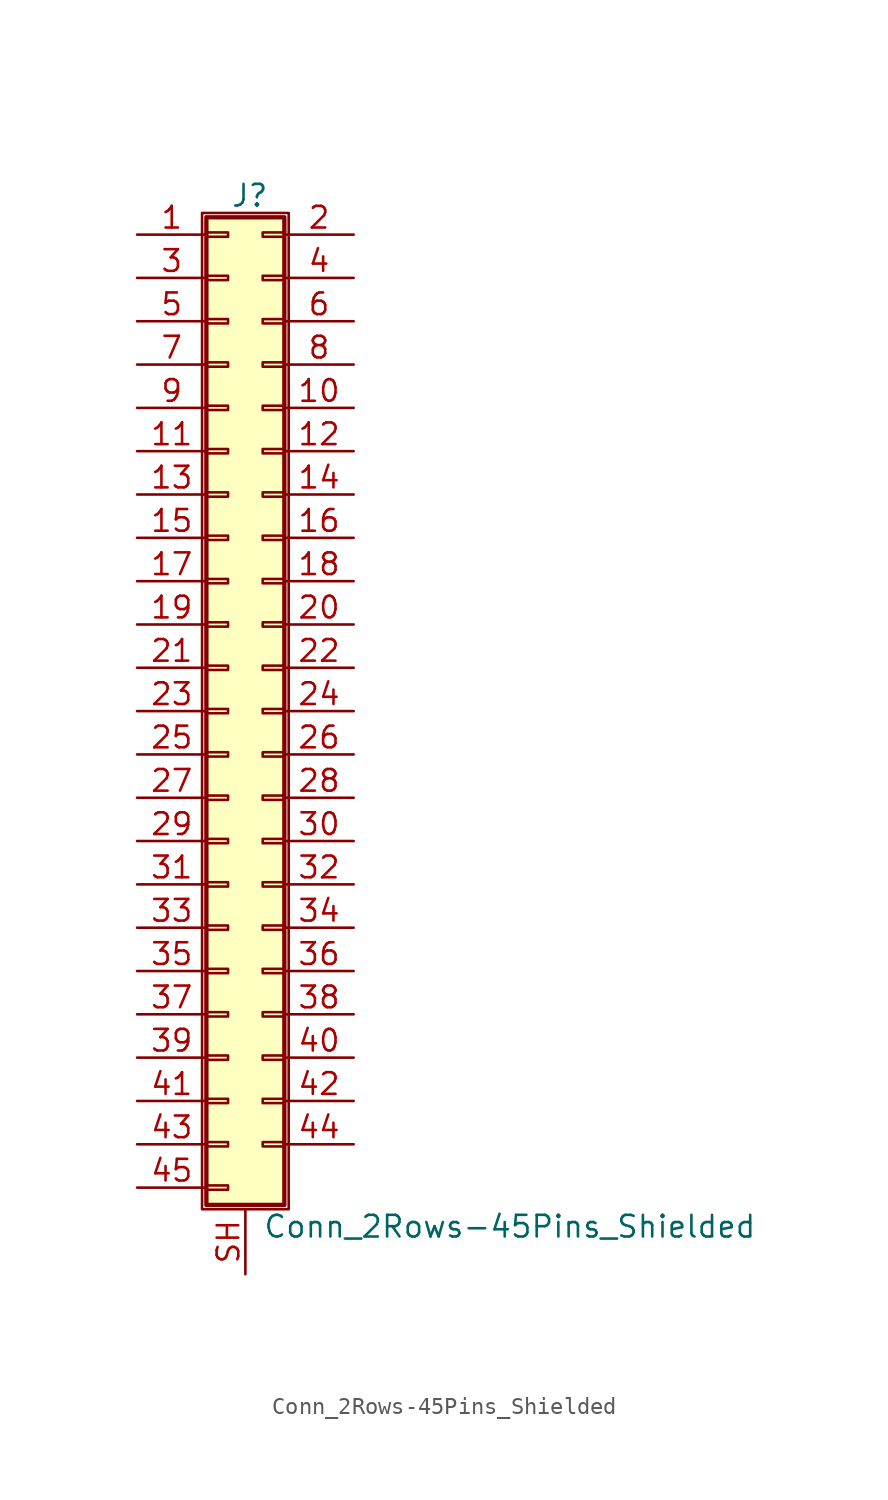
<source format=kicad_sym>
(kicad_symbol_lib
  (version 20220914)
  (generator kicad_symbol_editor)
  (symbol "Conn_2Rows-45Pins_Shielded"
    (pin_names
      (offset 1.016) hide)
    (property "Reference" "J"
      (at 1.524 30.226 0)
      (effects (font (size 1.27 1.27))))
    (property "Value" "Conn_2Rows-45Pins_Shielded"
      (at 2.286 -30.226 0)
      (effects (font (size 1.27 1.27)) (justify left)))
    (symbol "Conn_2Rows-45Pins_Shielded_1_1"
      (rectangle (start -1.27 29.21) (end 3.81 -29.21) (stroke (width 0.152) (type default)) (fill (type none)))
      (rectangle (start -1.016 -27.813) (end 0.254 -28.067) (stroke (width 0.152) (type default)) (fill (type none)))
      (rectangle (start -1.016 -25.273) (end 0.254 -25.527) (stroke (width 0.152) (type default)) (fill (type none)))
      (rectangle (start -1.016 -22.733) (end 0.254 -22.987) (stroke (width 0.152) (type default)) (fill (type none)))
      (rectangle (start -1.016 -20.193) (end 0.254 -20.447) (stroke (width 0.152) (type default)) (fill (type none)))
      (rectangle (start -1.016 -17.653) (end 0.254 -17.907) (stroke (width 0.152) (type default)) (fill (type none)))
      (rectangle (start -1.016 -15.113) (end 0.254 -15.367) (stroke (width 0.152) (type default)) (fill (type none)))
      (rectangle (start -1.016 -12.573) (end 0.254 -12.827) (stroke (width 0.152) (type default)) (fill (type none)))
      (rectangle (start -1.016 -10.033) (end 0.254 -10.287) (stroke (width 0.152) (type default)) (fill (type none)))
      (rectangle (start -1.016 -7.493) (end 0.254 -7.747) (stroke (width 0.152) (type default)) (fill (type none)))
      (rectangle (start -1.016 -4.953) (end 0.254 -5.207) (stroke (width 0.152) (type default)) (fill (type none)))
      (rectangle (start -1.016 -2.413) (end 0.254 -2.667) (stroke (width 0.152) (type default)) (fill (type none)))
      (rectangle (start -1.016 0.127) (end 0.254 -0.127) (stroke (width 0.152) (type default)) (fill (type none)))
      (rectangle (start -1.016 2.667) (end 0.254 2.413) (stroke (width 0.152) (type default)) (fill (type none)))
      (rectangle (start -1.016 5.207) (end 0.254 4.953) (stroke (width 0.152) (type default)) (fill (type none)))
      (rectangle (start -1.016 7.747) (end 0.254 7.493) (stroke (width 0.152) (type default)) (fill (type none)))
      (rectangle (start -1.016 10.287) (end 0.254 10.033) (stroke (width 0.152) (type default)) (fill (type none)))
      (rectangle (start -1.016 12.827) (end 0.254 12.573) (stroke (width 0.152) (type default)) (fill (type none)))
      (rectangle (start -1.016 15.367) (end 0.254 15.113) (stroke (width 0.152) (type default)) (fill (type none)))
      (rectangle (start -1.016 17.907) (end 0.254 17.653) (stroke (width 0.152) (type default)) (fill (type none)))
      (rectangle (start -1.016 20.447) (end 0.254 20.193) (stroke (width 0.152) (type default)) (fill (type none)))
      (rectangle (start -1.016 22.987) (end 0.254 22.733) (stroke (width 0.152) (type default)) (fill (type none)))
      (rectangle (start -1.016 25.527) (end 0.254 25.273) (stroke (width 0.152) (type default)) (fill (type none)))
      (rectangle (start -1.016 28.067) (end 0.254 27.813) (stroke (width 0.152) (type default)) (fill (type none)))
      (rectangle (start -1.016 28.956) (end 3.556 -28.956) (stroke (width 0.254) (type default)) (fill (type background)))
      (rectangle (start 3.556 -25.273) (end 2.286 -25.527) (stroke (width 0.152) (type default)) (fill (type none)))
      (rectangle (start 3.556 -22.733) (end 2.286 -22.987) (stroke (width 0.152) (type default)) (fill (type none)))
      (rectangle (start 3.556 -20.193) (end 2.286 -20.447) (stroke (width 0.152) (type default)) (fill (type none)))
      (rectangle (start 3.556 -17.653) (end 2.286 -17.907) (stroke (width 0.152) (type default)) (fill (type none)))
      (rectangle (start 3.556 -15.113) (end 2.286 -15.367) (stroke (width 0.152) (type default)) (fill (type none)))
      (rectangle (start 3.556 -12.573) (end 2.286 -12.827) (stroke (width 0.152) (type default)) (fill (type none)))
      (rectangle (start 3.556 -10.033) (end 2.286 -10.287) (stroke (width 0.152) (type default)) (fill (type none)))
      (rectangle (start 3.556 -7.493) (end 2.286 -7.747) (stroke (width 0.152) (type default)) (fill (type none)))
      (rectangle (start 3.556 -4.953) (end 2.286 -5.207) (stroke (width 0.152) (type default)) (fill (type none)))
      (rectangle (start 3.556 -2.413) (end 2.286 -2.667) (stroke (width 0.152) (type default)) (fill (type none)))
      (rectangle (start 3.556 0.127) (end 2.286 -0.127) (stroke (width 0.152) (type default)) (fill (type none)))
      (rectangle (start 3.556 2.667) (end 2.286 2.413) (stroke (width 0.152) (type default)) (fill (type none)))
      (rectangle (start 3.556 5.207) (end 2.286 4.953) (stroke (width 0.152) (type default)) (fill (type none)))
      (rectangle (start 3.556 7.747) (end 2.286 7.493) (stroke (width 0.152) (type default)) (fill (type none)))
      (rectangle (start 3.556 10.287) (end 2.286 10.033) (stroke (width 0.152) (type default)) (fill (type none)))
      (rectangle (start 3.556 12.827) (end 2.286 12.573) (stroke (width 0.152) (type default)) (fill (type none)))
      (rectangle (start 3.556 15.367) (end 2.286 15.113) (stroke (width 0.152) (type default)) (fill (type none)))
      (rectangle (start 3.556 17.907) (end 2.286 17.653) (stroke (width 0.152) (type default)) (fill (type none)))
      (rectangle (start 3.556 20.447) (end 2.286 20.193) (stroke (width 0.152) (type default)) (fill (type none)))
      (rectangle (start 3.556 22.987) (end 2.286 22.733) (stroke (width 0.152) (type default)) (fill (type none)))
      (rectangle (start 3.556 25.527) (end 2.286 25.273) (stroke (width 0.152) (type default)) (fill (type none)))
      (rectangle (start 3.556 28.067) (end 2.286 27.813) (stroke (width 0.152) (type default)) (fill (type none)))
      (pin passive line (at -5.08 27.94 0) (length 4.064) (name "Pin_1" (effects (font (size 1.27 1.27)))) (number "1" (effects (font (size 1.27 1.27)))))
      (pin passive line (at 7.62 17.78 180) (length 4.064) (name "Pin_10" (effects (font (size 1.27 1.27)))) (number "10" (effects (font (size 1.27 1.27)))))
      (pin passive line (at -5.08 15.24 0) (length 4.064) (name "Pin_11" (effects (font (size 1.27 1.27)))) (number "11" (effects (font (size 1.27 1.27)))))
      (pin passive line (at 7.62 15.24 180) (length 4.064) (name "Pin_12" (effects (font (size 1.27 1.27)))) (number "12" (effects (font (size 1.27 1.27)))))
      (pin passive line (at -5.08 12.7 0) (length 4.064) (name "Pin_13" (effects (font (size 1.27 1.27)))) (number "13" (effects (font (size 1.27 1.27)))))
      (pin passive line (at 7.62 12.7 180) (length 4.064) (name "Pin_14" (effects (font (size 1.27 1.27)))) (number "14" (effects (font (size 1.27 1.27)))))
      (pin passive line (at -5.08 10.16 0) (length 4.064) (name "Pin_15" (effects (font (size 1.27 1.27)))) (number "15" (effects (font (size 1.27 1.27)))))
      (pin passive line (at 7.62 10.16 180) (length 4.064) (name "Pin_16" (effects (font (size 1.27 1.27)))) (number "16" (effects (font (size 1.27 1.27)))))
      (pin passive line (at -5.08 7.62 0) (length 4.064) (name "Pin_17" (effects (font (size 1.27 1.27)))) (number "17" (effects (font (size 1.27 1.27)))))
      (pin passive line (at 7.62 7.62 180) (length 4.064) (name "Pin_18" (effects (font (size 1.27 1.27)))) (number "18" (effects (font (size 1.27 1.27)))))
      (pin passive line (at -5.08 5.08 0) (length 4.064) (name "Pin_19" (effects (font (size 1.27 1.27)))) (number "19" (effects (font (size 1.27 1.27)))))
      (pin passive line (at 7.62 27.94 180) (length 4.064) (name "Pin_2" (effects (font (size 1.27 1.27)))) (number "2" (effects (font (size 1.27 1.27)))))
      (pin passive line (at 7.62 5.08 180) (length 4.064) (name "Pin_20" (effects (font (size 1.27 1.27)))) (number "20" (effects (font (size 1.27 1.27)))))
      (pin passive line (at -5.08 2.54 0) (length 4.064) (name "Pin_21" (effects (font (size 1.27 1.27)))) (number "21" (effects (font (size 1.27 1.27)))))
      (pin passive line (at 7.62 2.54 180) (length 4.064) (name "Pin_22" (effects (font (size 1.27 1.27)))) (number "22" (effects (font (size 1.27 1.27)))))
      (pin passive line (at -5.08 0 0) (length 4.064) (name "Pin_23" (effects (font (size 1.27 1.27)))) (number "23" (effects (font (size 1.27 1.27)))))
      (pin passive line (at 7.62 0 180) (length 4.064) (name "Pin_24" (effects (font (size 1.27 1.27)))) (number "24" (effects (font (size 1.27 1.27)))))
      (pin passive line (at -5.08 -2.54 0) (length 4.064) (name "Pin_25" (effects (font (size 1.27 1.27)))) (number "25" (effects (font (size 1.27 1.27)))))
      (pin passive line (at 7.62 -2.54 180) (length 4.064) (name "Pin_26" (effects (font (size 1.27 1.27)))) (number "26" (effects (font (size 1.27 1.27)))))
      (pin passive line (at -5.08 -5.08 0) (length 4.064) (name "Pin_27" (effects (font (size 1.27 1.27)))) (number "27" (effects (font (size 1.27 1.27)))))
      (pin passive line (at 7.62 -5.08 180) (length 4.064) (name "Pin_28" (effects (font (size 1.27 1.27)))) (number "28" (effects (font (size 1.27 1.27)))))
      (pin passive line (at -5.08 -7.62 0) (length 4.064) (name "Pin_29" (effects (font (size 1.27 1.27)))) (number "29" (effects (font (size 1.27 1.27)))))
      (pin passive line (at -5.08 25.4 0) (length 4.064) (name "Pin_3" (effects (font (size 1.27 1.27)))) (number "3" (effects (font (size 1.27 1.27)))))
      (pin passive line (at 7.62 -7.62 180) (length 4.064) (name "Pin_30" (effects (font (size 1.27 1.27)))) (number "30" (effects (font (size 1.27 1.27)))))
      (pin passive line (at -5.08 -10.16 0) (length 4.064) (name "Pin_31" (effects (font (size 1.27 1.27)))) (number "31" (effects (font (size 1.27 1.27)))))
      (pin passive line (at 7.62 -10.16 180) (length 4.064) (name "Pin_32" (effects (font (size 1.27 1.27)))) (number "32" (effects (font (size 1.27 1.27)))))
      (pin passive line (at -5.08 -12.7 0) (length 4.064) (name "Pin_33" (effects (font (size 1.27 1.27)))) (number "33" (effects (font (size 1.27 1.27)))))
      (pin passive line (at 7.62 -12.7 180) (length 4.064) (name "Pin_34" (effects (font (size 1.27 1.27)))) (number "34" (effects (font (size 1.27 1.27)))))
      (pin passive line (at -5.08 -15.24 0) (length 4.064) (name "Pin_35" (effects (font (size 1.27 1.27)))) (number "35" (effects (font (size 1.27 1.27)))))
      (pin passive line (at 7.62 -15.24 180) (length 4.064) (name "Pin_36" (effects (font (size 1.27 1.27)))) (number "36" (effects (font (size 1.27 1.27)))))
      (pin passive line (at -5.08 -17.78 0) (length 4.064) (name "Pin_37" (effects (font (size 1.27 1.27)))) (number "37" (effects (font (size 1.27 1.27)))))
      (pin passive line (at 7.62 -17.78 180) (length 4.064) (name "Pin_38" (effects (font (size 1.27 1.27)))) (number "38" (effects (font (size 1.27 1.27)))))
      (pin passive line (at -5.08 -20.32 0) (length 4.064) (name "Pin_39" (effects (font (size 1.27 1.27)))) (number "39" (effects (font (size 1.27 1.27)))))
      (pin passive line (at 7.62 25.4 180) (length 4.064) (name "Pin_4" (effects (font (size 1.27 1.27)))) (number "4" (effects (font (size 1.27 1.27)))))
      (pin passive line (at 7.62 -20.32 180) (length 4.064) (name "Pin_40" (effects (font (size 1.27 1.27)))) (number "40" (effects (font (size 1.27 1.27)))))
      (pin passive line (at -5.08 -22.86 0) (length 4.064) (name "Pin_41" (effects (font (size 1.27 1.27)))) (number "41" (effects (font (size 1.27 1.27)))))
      (pin passive line (at 7.62 -22.86 180) (length 4.064) (name "Pin_42" (effects (font (size 1.27 1.27)))) (number "42" (effects (font (size 1.27 1.27)))))
      (pin passive line (at -5.08 -25.4 0) (length 4.064) (name "Pin_43" (effects (font (size 1.27 1.27)))) (number "43" (effects (font (size 1.27 1.27)))))
      (pin passive line (at 7.62 -25.4 180) (length 4.064) (name "Pin_44" (effects (font (size 1.27 1.27)))) (number "44" (effects (font (size 1.27 1.27)))))
      (pin passive line (at -5.08 -27.94 0) (length 4.064) (name "Pin_45" (effects (font (size 1.27 1.27)))) (number "45" (effects (font (size 1.27 1.27)))))
      (pin passive line (at -5.08 22.86 0) (length 4.064) (name "Pin_5" (effects (font (size 1.27 1.27)))) (number "5" (effects (font (size 1.27 1.27)))))
      (pin passive line (at 7.62 22.86 180) (length 4.064) (name "Pin_6" (effects (font (size 1.27 1.27)))) (number "6" (effects (font (size 1.27 1.27)))))
      (pin passive line (at -5.08 20.32 0) (length 4.064) (name "Pin_7" (effects (font (size 1.27 1.27)))) (number "7" (effects (font (size 1.27 1.27)))))
      (pin passive line (at 7.62 20.32 180) (length 4.064) (name "Pin_8" (effects (font (size 1.27 1.27)))) (number "8" (effects (font (size 1.27 1.27)))))
      (pin passive line (at -5.08 17.78 0) (length 4.064) (name "Pin_9" (effects (font (size 1.27 1.27)))) (number "9" (effects (font (size 1.27 1.27)))))
      (pin passive line (at 1.27 -33.02 90) (length 3.81) (name "Shield" (effects (font (size 1.27 1.27)))) (number "SH" (effects (font (size 1.27 1.27))))))))
</source>
